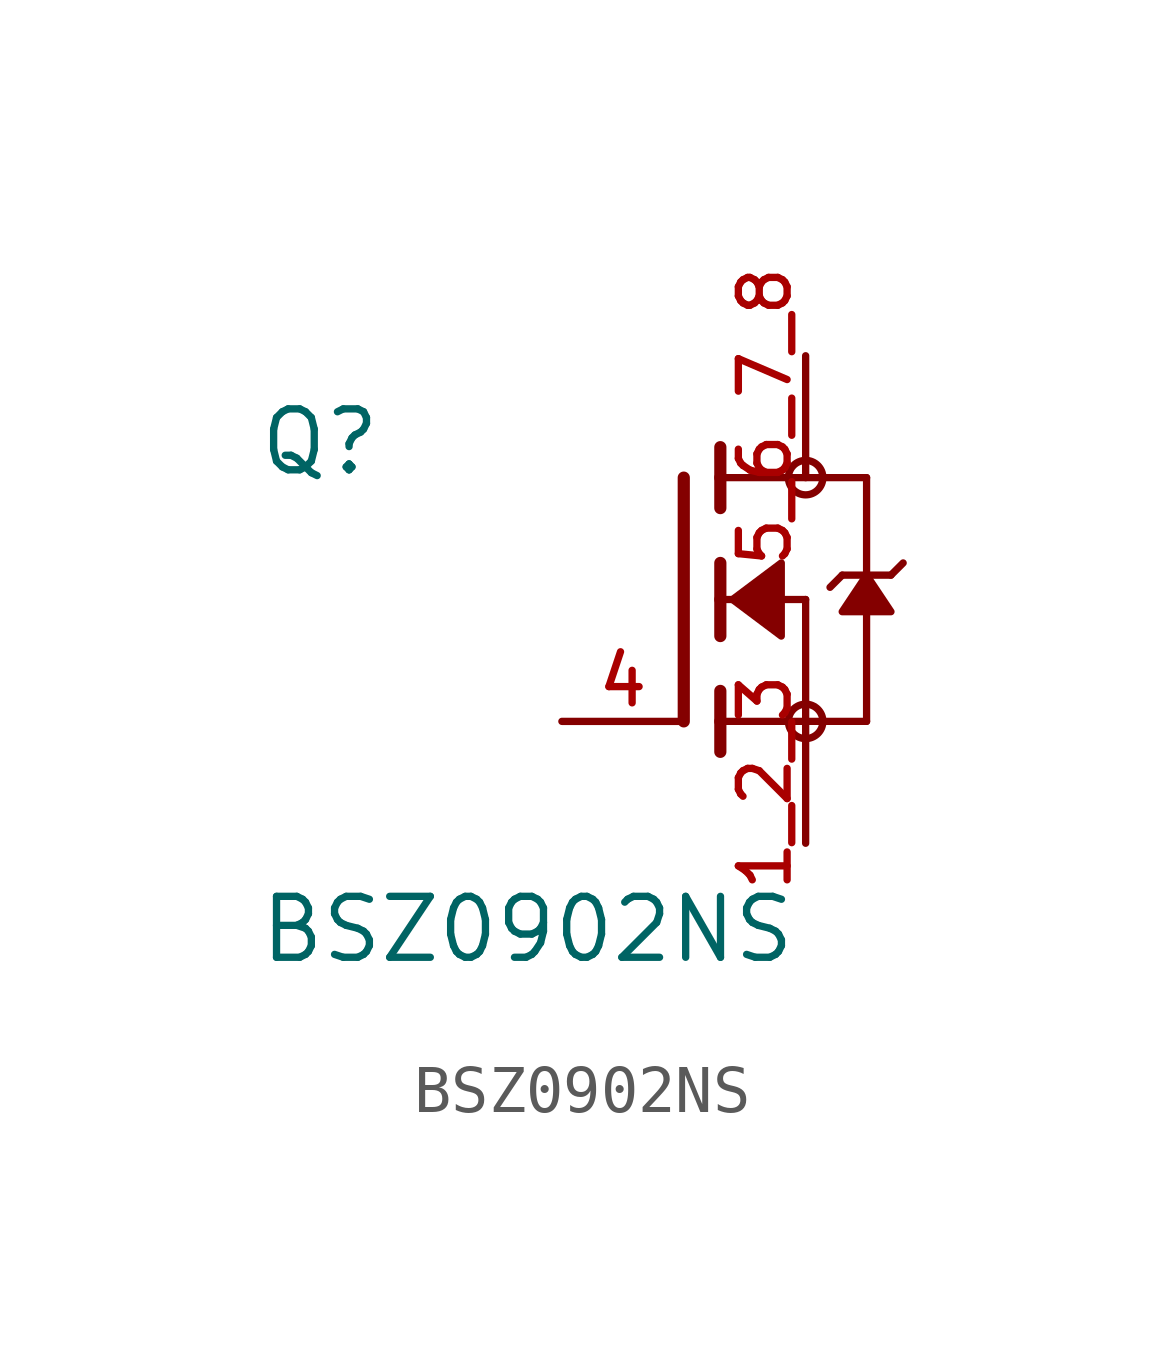
<source format=kicad_sym>
(kicad_symbol_lib
  (version 20211014)
  (generator kicad_symbol_editor)
  (symbol "BSZ0902NS"
    (pin_names
      (offset 1.016))
    (property "Reference" "Q"
      (at -8.89 2.54 0)
      (effects (font (size 1.27 1.27)) (justify bottom left)))
    (property "Value" "BSZ0902NS"
      (at -8.89 -7.62 0)
      (effects (font (size 1.27 1.27)) (justify bottom left)))
    (symbol "BSZ0902NS_0_0"
      (polyline (pts (xy 0.762 0.762) (xy 0.762 0.0)) (stroke (width 0.254)))
      (polyline (pts (xy 0.762 0.0) (xy 0.762 -0.762)) (stroke (width 0.254)))
      (polyline (pts (xy 0.762 3.175) (xy 0.762 2.54)) (stroke (width 0.254)))
      (polyline (pts (xy 0.762 2.54) (xy 0.762 1.905)) (stroke (width 0.254)))
      (polyline (pts (xy 0.762 0.0) (xy 2.54 0.0)) (stroke (width 0.152)))
      (polyline (pts (xy 2.54 0.0) (xy 2.54 -2.54)) (stroke (width 0.152)))
      (polyline (pts (xy 0.762 -1.905) (xy 0.762 -2.54)) (stroke (width 0.254)))
      (polyline (pts (xy 0.762 -2.54) (xy 0.762 -3.175)) (stroke (width 0.254)))
      (polyline (pts (xy 0.0 2.54) (xy 0.0 -2.54)) (stroke (width 0.254)))
      (polyline (pts (xy 2.54 -2.54) (xy 0.762 -2.54)) (stroke (width 0.152)))
      (polyline (pts (xy 3.81 2.54) (xy 3.81 0.508)) (stroke (width 0.152)))
      (polyline (pts (xy 3.81 0.508) (xy 3.81 -2.54)) (stroke (width 0.152)))
      (polyline (pts (xy 2.54 -2.54) (xy 3.81 -2.54)) (stroke (width 0.152)))
      (polyline (pts (xy 0.762 2.54) (xy 3.81 2.54)) (stroke (width 0.152)))
      (polyline (pts (xy 4.572 0.762) (xy 4.318 0.508)) (stroke (width 0.152)))
      (polyline (pts (xy 4.318 0.508) (xy 3.81 0.508)) (stroke (width 0.152)))
      (polyline (pts (xy 3.81 0.508) (xy 3.302 0.508)) (stroke (width 0.152)))
      (polyline (pts (xy 3.302 0.508) (xy 3.048 0.254)) (stroke (width 0.152)))
      (circle (center 2.54 -2.54) (radius 0.359) (stroke (width 0.0)) (fill (type none)))
      (circle (center 2.54 2.54) (radius 0.359) (stroke (width 0.0)) (fill (type none)))
      (polyline (pts (xy 3.81 0.508) (xy 3.302 -0.254) (xy 4.318 -0.254) (xy 3.81 0.508)) (stroke (width 0.152)) (fill (type outline)))
      (polyline (pts (xy 1.016 0.0) (xy 2.032 0.762) (xy 2.032 -0.762) (xy 1.016 0.0)) (stroke (width 0.152)) (fill (type outline)))
      (pin passive line (at 2.54 -5.08 90.0) (length 2.54) (name "~" (effects (font (size 1.016 1.016)))) (number "1_2_3" (effects (font (size 1.016 1.016)))))
      (pin passive line (at -2.54 -2.54 0) (length 2.54) (name "~" (effects (font (size 1.016 1.016)))) (number "4" (effects (font (size 1.016 1.016)))))
      (pin passive line (at 2.54 5.08 270.0) (length 2.54) (name "~" (effects (font (size 1.016 1.016)))) (number "5_6_7_8" (effects (font (size 1.016 1.016))))))))
</source>
